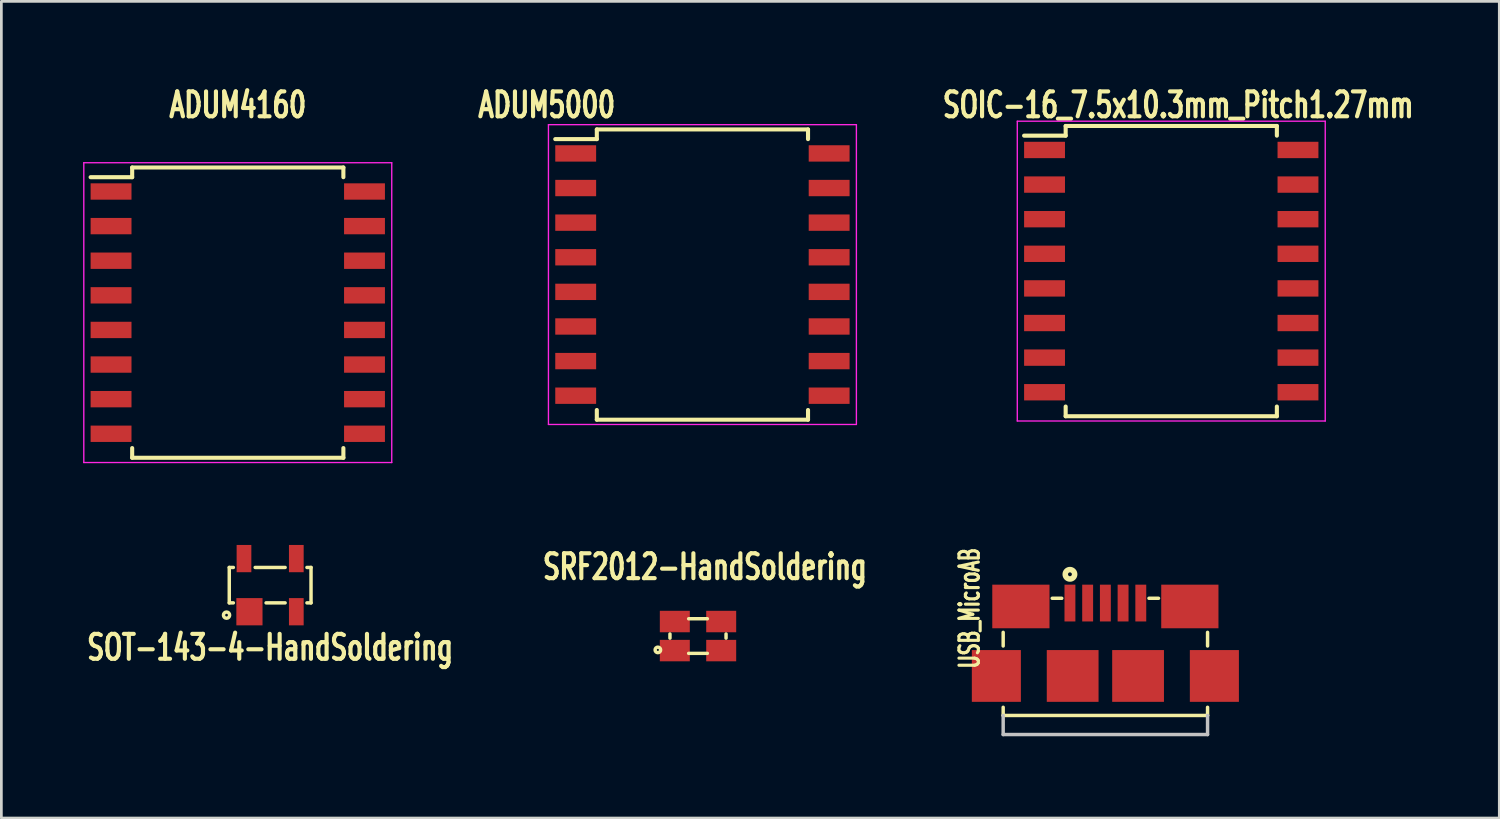
<source format=kicad_pcb>
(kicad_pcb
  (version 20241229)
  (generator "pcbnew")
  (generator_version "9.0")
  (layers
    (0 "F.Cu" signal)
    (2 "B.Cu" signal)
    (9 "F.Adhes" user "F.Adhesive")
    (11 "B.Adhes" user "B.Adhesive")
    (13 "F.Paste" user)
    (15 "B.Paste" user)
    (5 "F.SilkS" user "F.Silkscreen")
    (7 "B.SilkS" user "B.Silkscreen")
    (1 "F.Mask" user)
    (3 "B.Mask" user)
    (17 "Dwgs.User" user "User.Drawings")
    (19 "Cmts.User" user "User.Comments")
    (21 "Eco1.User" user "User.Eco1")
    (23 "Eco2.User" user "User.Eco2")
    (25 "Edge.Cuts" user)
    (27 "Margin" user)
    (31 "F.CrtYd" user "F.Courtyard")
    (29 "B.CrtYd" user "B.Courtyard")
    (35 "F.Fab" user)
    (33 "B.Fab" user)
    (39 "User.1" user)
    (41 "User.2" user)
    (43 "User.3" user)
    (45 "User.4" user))
  (footprint "SOT-143-4-HandSoldering"
    (layer "F.Cu")
    (at 6.863 18.422)
    (property "Reference" "SOT-143-4-HandSoldering" (at 0 2.286 0) (layer "F.SilkS") (effects (font (size 0.914 0.635) (thickness 0.152))))
    (attr smd)
    (fp_line (start -1.5 -0.65) (end -1.5 0.65) (stroke (width 0.127) (type solid)) (layer "F.SilkS"))
    (fp_line (start -1.5 -0.65) (end -1.35 -0.65) (stroke (width 0.127) (type solid)) (layer "F.SilkS"))
    (fp_line (start -1.5 0.65) (end -1.35 0.65) (stroke (width 0.127) (type solid)) (layer "F.SilkS"))
    (fp_line (start -0.55 -0.65) (end 0.55 -0.65) (stroke (width 0.127) (type solid)) (layer "F.SilkS"))
    (fp_line (start -0.15 0.65) (end 0.55 0.65) (stroke (width 0.127) (type solid)) (layer "F.SilkS"))
    (fp_line (start 1.5 -0.65) (end 1.35 -0.65) (stroke (width 0.127) (type solid)) (layer "F.SilkS"))
    (fp_line (start 1.5 -0.65) (end 1.5 0.65) (stroke (width 0.127) (type solid)) (layer "F.SilkS"))
    (fp_line (start 1.5 0.65) (end 1.35 0.65) (stroke (width 0.127) (type solid)) (layer "F.SilkS"))
    (fp_circle (center -1.6 1.1) (end -1.55 1.1) (stroke (width 0.127) (type solid)) (fill no) (layer "F.SilkS"))
    (pad "1" smd rect (at -0.76 0.975) (size 0.96 1) (layers "F.Cu" "F.Mask" "F.Paste"))
    (pad "2" smd rect (at 0.96 0.975) (size 0.54 1) (layers "F.Cu" "F.Mask" "F.Paste"))
    (pad "3" smd rect (at 0.96 -0.975) (size 0.54 1) (layers "F.Cu" "F.Mask" "F.Paste"))
    (pad "4" smd rect (at -0.96 -0.975) (size 0.54 1) (layers "F.Cu" "F.Mask" "F.Paste")))
  (footprint "ADUM4160"
    (layer "F.Cu")
    (at 5.675 8.422)
    (property "Reference" "ADUM4160" (at 0 -7.62 0) (layer "F.SilkS") (effects (font (size 0.914 0.635) (thickness 0.152))))
    (attr smd)
    (fp_line (start -3.875 -5.325) (end -3.875 -4.97) (stroke (width 0.15) (type solid)) (layer "F.SilkS"))
    (fp_line (start -3.875 -5.325) (end 3.875 -5.325) (stroke (width 0.15) (type solid)) (layer "F.SilkS"))
    (fp_line (start -3.875 -4.97) (end -5.4 -4.97) (stroke (width 0.15) (type solid)) (layer "F.SilkS"))
    (fp_line (start -3.875 5.325) (end -3.875 4.97) (stroke (width 0.15) (type solid)) (layer "F.SilkS"))
    (fp_line (start -3.875 5.325) (end 3.875 5.325) (stroke (width 0.15) (type solid)) (layer "F.SilkS"))
    (fp_line (start 3.875 -5.325) (end 3.875 -4.97) (stroke (width 0.15) (type solid)) (layer "F.SilkS"))
    (fp_line (start 3.875 5.325) (end 3.875 4.97) (stroke (width 0.15) (type solid)) (layer "F.SilkS"))
    (fp_line (start -5.65 -5.5) (end -5.65 5.5) (stroke (width 0.05) (type solid)) (layer "F.CrtYd"))
    (fp_line (start -5.65 -5.5) (end 5.65 -5.5) (stroke (width 0.05) (type solid)) (layer "F.CrtYd"))
    (fp_line (start -5.65 5.5) (end 5.65 5.5) (stroke (width 0.05) (type solid)) (layer "F.CrtYd"))
    (fp_line (start 5.65 -5.5) (end 5.65 5.5) (stroke (width 0.05) (type solid)) (layer "F.CrtYd"))
    (pad "1" smd rect (at -4.65 -4.445) (size 1.5 0.6) (layers "F.Cu" "F.Mask" "F.Paste"))
    (pad "2" smd rect (at -4.65 -3.175) (size 1.5 0.6) (layers "F.Cu" "F.Mask" "F.Paste"))
    (pad "3" smd rect (at -4.65 -1.905) (size 1.5 0.6) (layers "F.Cu" "F.Mask" "F.Paste"))
    (pad "4" smd rect (at -4.65 -0.635) (size 1.5 0.6) (layers "F.Cu" "F.Mask" "F.Paste"))
    (pad "5" smd rect (at -4.65 0.635) (size 1.5 0.6) (layers "F.Cu" "F.Mask" "F.Paste"))
    (pad "6" smd rect (at -4.65 1.905) (size 1.5 0.6) (layers "F.Cu" "F.Mask" "F.Paste"))
    (pad "7" smd rect (at -4.65 3.175) (size 1.5 0.6) (layers "F.Cu" "F.Mask" "F.Paste"))
    (pad "8" smd rect (at -4.65 4.445) (size 1.5 0.6) (layers "F.Cu" "F.Mask" "F.Paste"))
    (pad "9" smd rect (at 4.65 4.445) (size 1.5 0.6) (layers "F.Cu" "F.Mask" "F.Paste"))
    (pad "10" smd rect (at 4.65 3.175) (size 1.5 0.6) (layers "F.Cu" "F.Mask" "F.Paste"))
    (pad "11" smd rect (at 4.65 1.905) (size 1.5 0.6) (layers "F.Cu" "F.Mask" "F.Paste"))
    (pad "12" smd rect (at 4.65 0.635) (size 1.5 0.6) (layers "F.Cu" "F.Mask" "F.Paste"))
    (pad "13" smd rect (at 4.65 -0.635) (size 1.5 0.6) (layers "F.Cu" "F.Mask" "F.Paste"))
    (pad "14" smd rect (at 4.65 -1.905) (size 1.5 0.6) (layers "F.Cu" "F.Mask" "F.Paste"))
    (pad "15" smd rect (at 4.65 -3.175) (size 1.5 0.6) (layers "F.Cu" "F.Mask" "F.Paste"))
    (pad "16" smd rect (at 4.65 -4.445) (size 1.5 0.6) (layers "F.Cu" "F.Mask" "F.Paste")))
  (footprint "ADUM5000"
    (layer "F.Cu")
    (at 22.725 7.025)
    (property "Reference" "ADUM5000" (at -5.715 -6.223 0) (layer "F.SilkS") (effects (font (size 0.914 0.635) (thickness 0.152))))
    (attr smd)
    (fp_line (start -3.875 -5.325) (end -3.875 -4.97) (stroke (width 0.15) (type solid)) (layer "F.SilkS"))
    (fp_line (start -3.875 -5.325) (end 3.875 -5.325) (stroke (width 0.15) (type solid)) (layer "F.SilkS"))
    (fp_line (start -3.875 -4.97) (end -5.4 -4.97) (stroke (width 0.15) (type solid)) (layer "F.SilkS"))
    (fp_line (start -3.875 5.325) (end -3.875 4.97) (stroke (width 0.15) (type solid)) (layer "F.SilkS"))
    (fp_line (start -3.875 5.325) (end 3.875 5.325) (stroke (width 0.15) (type solid)) (layer "F.SilkS"))
    (fp_line (start 3.875 -5.325) (end 3.875 -4.97) (stroke (width 0.15) (type solid)) (layer "F.SilkS"))
    (fp_line (start 3.875 5.325) (end 3.875 4.97) (stroke (width 0.15) (type solid)) (layer "F.SilkS"))
    (fp_line (start -5.65 -5.5) (end -5.65 5.5) (stroke (width 0.05) (type solid)) (layer "F.CrtYd"))
    (fp_line (start -5.65 -5.5) (end 5.65 -5.5) (stroke (width 0.05) (type solid)) (layer "F.CrtYd"))
    (fp_line (start -5.65 5.5) (end 5.65 5.5) (stroke (width 0.05) (type solid)) (layer "F.CrtYd"))
    (fp_line (start 5.65 -5.5) (end 5.65 5.5) (stroke (width 0.05) (type solid)) (layer "F.CrtYd"))
    (pad "1" smd rect (at -4.65 -4.445) (size 1.5 0.6) (layers "F.Cu" "F.Mask" "F.Paste"))
    (pad "2" smd rect (at -4.65 -3.175) (size 1.5 0.6) (layers "F.Cu" "F.Mask" "F.Paste"))
    (pad "3" smd rect (at -4.65 -1.905) (size 1.5 0.6) (layers "F.Cu" "F.Mask" "F.Paste"))
    (pad "4" smd rect (at -4.65 -0.635) (size 1.5 0.6) (layers "F.Cu" "F.Mask" "F.Paste"))
    (pad "5" smd rect (at -4.65 0.635) (size 1.5 0.6) (layers "F.Cu" "F.Mask" "F.Paste"))
    (pad "6" smd rect (at -4.65 1.905) (size 1.5 0.6) (layers "F.Cu" "F.Mask" "F.Paste"))
    (pad "7" smd rect (at -4.65 3.175) (size 1.5 0.6) (layers "F.Cu" "F.Mask" "F.Paste"))
    (pad "8" smd rect (at -4.65 4.445) (size 1.5 0.6) (layers "F.Cu" "F.Mask" "F.Paste"))
    (pad "9" smd rect (at 4.65 4.445) (size 1.5 0.6) (layers "F.Cu" "F.Mask" "F.Paste"))
    (pad "10" smd rect (at 4.65 3.175) (size 1.5 0.6) (layers "F.Cu" "F.Mask" "F.Paste"))
    (pad "11" smd rect (at 4.65 1.905) (size 1.5 0.6) (layers "F.Cu" "F.Mask" "F.Paste"))
    (pad "12" smd rect (at 4.65 0.635) (size 1.5 0.6) (layers "F.Cu" "F.Mask" "F.Paste"))
    (pad "13" smd rect (at 4.65 -0.635) (size 1.5 0.6) (layers "F.Cu" "F.Mask" "F.Paste"))
    (pad "14" smd rect (at 4.65 -1.905) (size 1.5 0.6) (layers "F.Cu" "F.Mask" "F.Paste"))
    (pad "15" smd rect (at 4.65 -3.175) (size 1.5 0.6) (layers "F.Cu" "F.Mask" "F.Paste"))
    (pad "16" smd rect (at 4.65 -4.445) (size 1.5 0.6) (layers "F.Cu" "F.Mask" "F.Paste")))
  (footprint "SOIC-16_7.5x10.3mm_Pitch1.27mm"
    (layer "F.Cu")
    (at 39.929 6.898)
    (property "Reference" "SOIC-16_7.5x10.3mm_Pitch1.27mm" (at 0.254 -6.096 0) (layer "F.SilkS") (effects (font (size 0.914 0.635) (thickness 0.152))))
    (attr smd)
    (fp_line (start -3.875 -5.325) (end -3.875 -4.97) (stroke (width 0.15) (type solid)) (layer "F.SilkS"))
    (fp_line (start -3.875 -5.325) (end 3.875 -5.325) (stroke (width 0.15) (type solid)) (layer "F.SilkS"))
    (fp_line (start -3.875 -4.97) (end -5.4 -4.97) (stroke (width 0.15) (type solid)) (layer "F.SilkS"))
    (fp_line (start -3.875 5.325) (end -3.875 4.97) (stroke (width 0.15) (type solid)) (layer "F.SilkS"))
    (fp_line (start -3.875 5.325) (end 3.875 5.325) (stroke (width 0.15) (type solid)) (layer "F.SilkS"))
    (fp_line (start 3.875 -5.325) (end 3.875 -4.97) (stroke (width 0.15) (type solid)) (layer "F.SilkS"))
    (fp_line (start 3.875 5.325) (end 3.875 4.97) (stroke (width 0.15) (type solid)) (layer "F.SilkS"))
    (fp_line (start -5.65 -5.5) (end -5.65 5.5) (stroke (width 0.05) (type solid)) (layer "F.CrtYd"))
    (fp_line (start -5.65 -5.5) (end 5.65 -5.5) (stroke (width 0.05) (type solid)) (layer "F.CrtYd"))
    (fp_line (start -5.65 5.5) (end 5.65 5.5) (stroke (width 0.05) (type solid)) (layer "F.CrtYd"))
    (fp_line (start 5.65 -5.5) (end 5.65 5.5) (stroke (width 0.05) (type solid)) (layer "F.CrtYd"))
    (pad "1" smd rect (at -4.65 -4.445) (size 1.5 0.6) (layers "F.Cu" "F.Mask" "F.Paste"))
    (pad "2" smd rect (at -4.65 -3.175) (size 1.5 0.6) (layers "F.Cu" "F.Mask" "F.Paste"))
    (pad "3" smd rect (at -4.65 -1.905) (size 1.5 0.6) (layers "F.Cu" "F.Mask" "F.Paste"))
    (pad "4" smd rect (at -4.65 -0.635) (size 1.5 0.6) (layers "F.Cu" "F.Mask" "F.Paste"))
    (pad "5" smd rect (at -4.65 0.635) (size 1.5 0.6) (layers "F.Cu" "F.Mask" "F.Paste"))
    (pad "6" smd rect (at -4.65 1.905) (size 1.5 0.6) (layers "F.Cu" "F.Mask" "F.Paste"))
    (pad "7" smd rect (at -4.65 3.175) (size 1.5 0.6) (layers "F.Cu" "F.Mask" "F.Paste"))
    (pad "8" smd rect (at -4.65 4.445) (size 1.5 0.6) (layers "F.Cu" "F.Mask" "F.Paste"))
    (pad "9" smd rect (at 4.65 4.445) (size 1.5 0.6) (layers "F.Cu" "F.Mask" "F.Paste"))
    (pad "10" smd rect (at 4.65 3.175) (size 1.5 0.6) (layers "F.Cu" "F.Mask" "F.Paste"))
    (pad "11" smd rect (at 4.65 1.905) (size 1.5 0.6) (layers "F.Cu" "F.Mask" "F.Paste"))
    (pad "12" smd rect (at 4.65 0.635) (size 1.5 0.6) (layers "F.Cu" "F.Mask" "F.Paste"))
    (pad "13" smd rect (at 4.65 -0.635) (size 1.5 0.6) (layers "F.Cu" "F.Mask" "F.Paste"))
    (pad "14" smd rect (at 4.65 -1.905) (size 1.5 0.6) (layers "F.Cu" "F.Mask" "F.Paste"))
    (pad "15" smd rect (at 4.65 -3.175) (size 1.5 0.6) (layers "F.Cu" "F.Mask" "F.Paste"))
    (pad "16" smd rect (at 4.65 -4.445) (size 1.5 0.6) (layers "F.Cu" "F.Mask" "F.Paste")))
  (footprint "USB_MicroAB"
    (layer "F.Cu")
    (at 37.511 21.754)
    (property "Reference" "USB_MicroAB" (at -4.985 -2.482 90) (layer "F.SilkS") (effects (font (size 0.711 0.457) (thickness 0.114))))
    (attr smd)
    (fp_line (start -3.75 -1.6) (end -3.75 -1.1) (stroke (width 0.127) (type solid)) (layer "F.SilkS"))
    (fp_line (start -3.75 1.45) (end -3.75 1.15) (stroke (width 0.127) (type solid)) (layer "F.SilkS"))
    (fp_line (start -3.75 1.45) (end 3.75 1.45) (stroke (width 0.127) (type solid)) (layer "F.SilkS"))
    (fp_line (start -1.95 -2.85) (end -1.6 -2.85) (stroke (width 0.127) (type solid)) (layer "F.SilkS"))
    (fp_line (start 1.6 -2.85) (end 1.95 -2.85) (stroke (width 0.127) (type solid)) (layer "F.SilkS"))
    (fp_line (start 3.75 -1.6) (end 3.75 -1.1) (stroke (width 0.127) (type solid)) (layer "F.SilkS"))
    (fp_line (start 3.75 1.15) (end 3.75 1.45) (stroke (width 0.127) (type solid)) (layer "F.SilkS"))
    (fp_circle (center -1.3 -3.73) (end -1.25 -3.68) (stroke (width 0.203) (type solid)) (fill no) (layer "F.SilkS"))
    (fp_line (start -3.75 1.45) (end -3.75 2.15) (stroke (width 0.127) (type solid)) (layer "Dwgs.User"))
    (fp_line (start -3.75 2.15) (end 3.75 2.15) (stroke (width 0.127) (type solid)) (layer "Dwgs.User"))
    (fp_line (start 3.75 1.45) (end 3.75 2.15) (stroke (width 0.127) (type solid)) (layer "Dwgs.User"))
    (pad "1" smd rect (at -1.3 -2.675) (size 0.4 1.35) (layers "F.Cu" "F.Mask" "F.Paste"))
    (pad "2" smd rect (at -0.65 -2.675) (size 0.4 1.35) (layers "F.Cu" "F.Mask" "F.Paste"))
    (pad "3" smd rect (at 0 -2.675) (size 0.4 1.35) (layers "F.Cu" "F.Mask" "F.Paste"))
    (pad "4" smd rect (at 0.65 -2.675) (size 0.4 1.35) (layers "F.Cu" "F.Mask" "F.Paste"))
    (pad "5" smd rect (at 1.3 -2.675) (size 0.4 1.35) (layers "F.Cu" "F.Mask" "F.Paste"))
    (pad "6" smd rect (at -3.1 -2.55) (size 2.1 1.6) (layers "F.Cu" "F.Mask" "F.Paste"))
    (pad "6" smd rect (at 3.1 -2.55) (size 2.1 1.6) (layers "F.Cu" "F.Mask" "F.Paste"))
    (pad "7" smd rect (at -4 0) (size 1.8 1.9) (layers "F.Cu" "F.Mask" "F.Paste"))
    (pad "7" smd rect (at 4 0) (size 1.8 1.9) (layers "F.Cu" "F.Mask" "F.Paste"))
    (pad "8" smd rect (at -1.2 0) (size 1.9 1.9) (layers "F.Cu" "F.Mask" "F.Paste"))
    (pad "9" smd rect (at 1.2 0) (size 1.9 1.9) (layers "F.Cu" "F.Mask" "F.Paste")))
  (footprint "SRF2012-HandSoldering"
    (layer "F.Cu")
    (at 22.563 20.29)
    (property "Reference" "SRF2012-HandSoldering" (at 0.254 -2.54 0) (layer "F.SilkS") (effects (font (size 0.914 0.635) (thickness 0.152))))
    (attr through_hole)
    (fp_line (start -1.029 -0.076) (end -1.029 0.076) (stroke (width 0.127) (type solid)) (layer "F.SilkS"))
    (fp_line (start -0.343 -0.635) (end 0.343 -0.635) (stroke (width 0.127) (type solid)) (layer "F.SilkS"))
    (fp_line (start -0.343 0.635) (end 0.343 0.635) (stroke (width 0.127) (type solid)) (layer "F.SilkS"))
    (fp_line (start 1.029 -0.076) (end 1.029 0.076) (stroke (width 0.127) (type solid)) (layer "F.SilkS"))
    (fp_circle (center -1.473 0.508) (end -1.473 0.47) (stroke (width 0.127) (type solid)) (fill no) (layer "F.SilkS"))
    (pad "1" smd rect (at -0.851 0.533) (size 1.1 0.787) (layers "F.Cu" "F.Mask" "F.Paste"))
    (pad "2" smd rect (at 0.851 0.533) (size 1.1 0.787) (layers "F.Cu" "F.Mask" "F.Paste"))
    (pad "3" smd rect (at 0.851 -0.533) (size 1.1 0.787) (layers "F.Cu" "F.Mask" "F.Paste"))
    (pad "4" smd rect (at -0.851 -0.533) (size 1.1 0.787) (layers "F.Cu" "F.Mask" "F.Paste")))
  (gr_rect
    (start -3 -3)
    (end 51.966 26.968)
    (stroke (width 0.1) (type default))
    (fill no)
    (layer "Edge.Cuts")))
</source>
